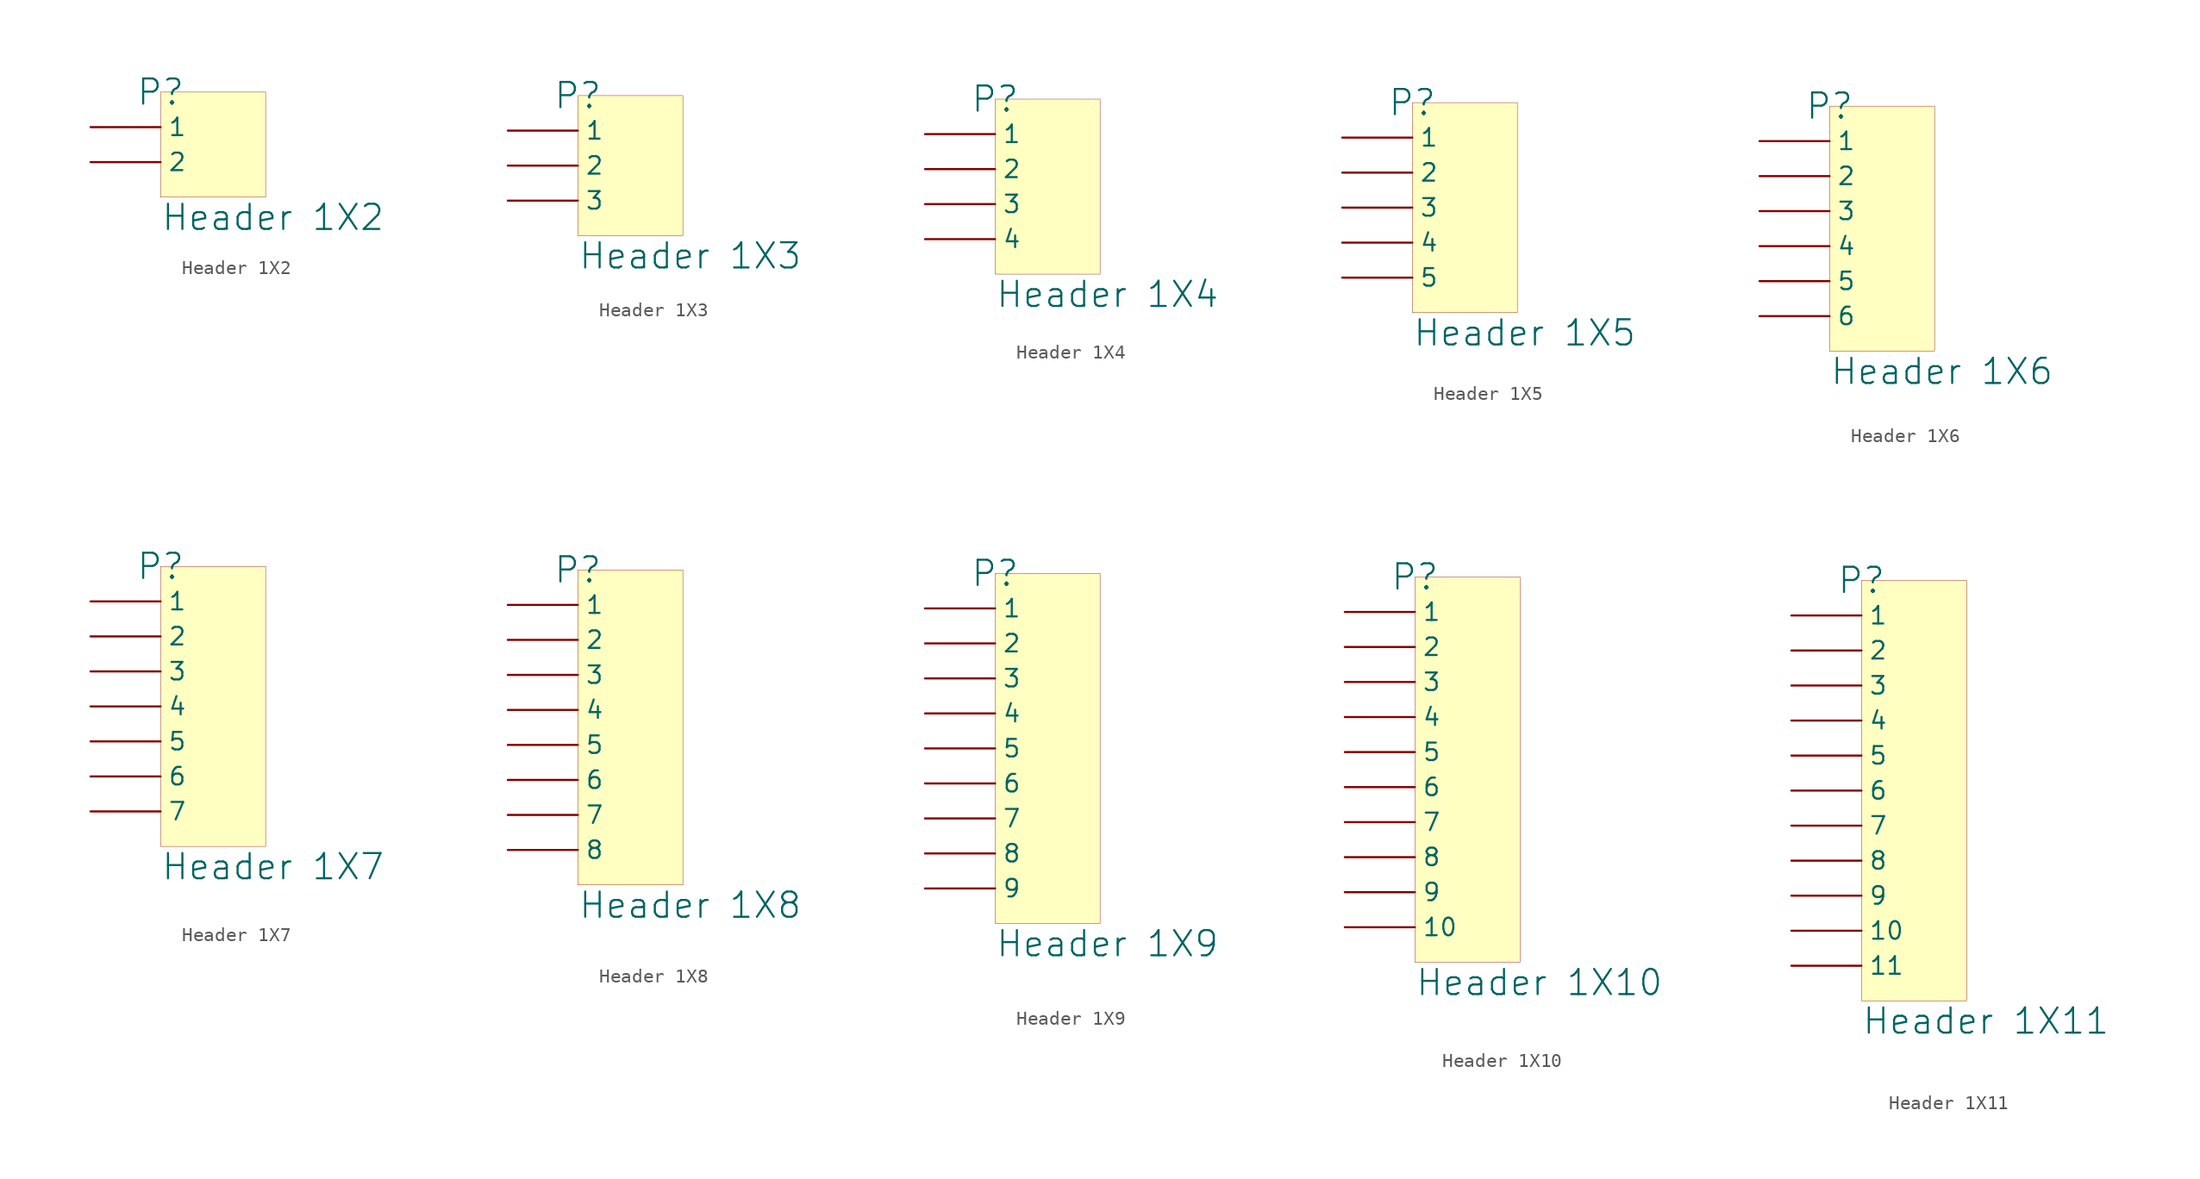
<source format=kicad_sym>
(kicad_symbol_lib
  (version 20241209)
  (generator "kicad_symbol_editor")
  (generator_version "9.0")
  (symbol "Header 1X2"
    (pin_numbers
      (hide yes))
    (property "Reference" "P"
      (at 0 0 0)
      (effects (font (size 1.829 1.829))))
    (property "Value" "Header 1X2"
      (at 0 -10.16 0)
      (effects (font (size 1.829 1.829)) (justify left bottom)))
    (symbol "Header 1X2_1_0"
      (rectangle (start 7.62 0) (end 0 -7.62) (stroke (width 0.025) (type solid) (color 128 0 0 1)) (fill (type background)))
      (pin passive line (at -5.08 -2.54 0) (length 5.08) (name "1" (effects (font (size 1.27 1.27)))) (number "1" (effects (font (size 1.27 1.27)))))
      (pin passive line (at -5.08 -5.08 0) (length 5.08) (name "2" (effects (font (size 1.27 1.27)))) (number "2" (effects (font (size 1.27 1.27)))))))
  (symbol "Header 1X3"
    (pin_numbers
      (hide yes))
    (property "Reference" "P"
      (at 0 0 0)
      (effects (font (size 1.829 1.829))))
    (property "Value" "Header 1X3"
      (at 0 -12.7 0)
      (effects (font (size 1.829 1.829)) (justify left bottom)))
    (symbol "Header 1X3_1_0"
      (rectangle (start 7.62 0) (end 0 -10.16) (stroke (width 0.025) (type solid) (color 128 0 0 1)) (fill (type background)))
      (pin passive line (at -5.08 -2.54 0) (length 5.08) (name "1" (effects (font (size 1.27 1.27)))) (number "1" (effects (font (size 1.27 1.27)))))
      (pin passive line (at -5.08 -5.08 0) (length 5.08) (name "2" (effects (font (size 1.27 1.27)))) (number "2" (effects (font (size 1.27 1.27)))))
      (pin passive line (at -5.08 -7.62 0) (length 5.08) (name "3" (effects (font (size 1.27 1.27)))) (number "3" (effects (font (size 1.27 1.27)))))))
  (symbol "Header 1X4"
    (pin_numbers
      (hide yes))
    (property "Reference" "P"
      (at 0 0 0)
      (effects (font (size 1.829 1.829))))
    (property "Value" "Header 1X4"
      (at 0 -15.24 0)
      (effects (font (size 1.829 1.829)) (justify left bottom)))
    (symbol "Header 1X4_1_0"
      (rectangle (start 7.62 0) (end 0 -12.7) (stroke (width 0.025) (type solid) (color 128 0 0 1)) (fill (type background)))
      (pin passive line (at -5.08 -2.54 0) (length 5.08) (name "1" (effects (font (size 1.27 1.27)))) (number "1" (effects (font (size 1.27 1.27)))))
      (pin passive line (at -5.08 -5.08 0) (length 5.08) (name "2" (effects (font (size 1.27 1.27)))) (number "2" (effects (font (size 1.27 1.27)))))
      (pin passive line (at -5.08 -7.62 0) (length 5.08) (name "3" (effects (font (size 1.27 1.27)))) (number "3" (effects (font (size 1.27 1.27)))))
      (pin passive line (at -5.08 -10.16 0) (length 5.08) (name "4" (effects (font (size 1.27 1.27)))) (number "4" (effects (font (size 1.27 1.27)))))))
  (symbol "Header 1X5"
    (pin_numbers
      (hide yes))
    (property "Reference" "P"
      (at 0 0 0)
      (effects (font (size 1.829 1.829))))
    (property "Value" "Header 1X5"
      (at 0 -17.78 0)
      (effects (font (size 1.829 1.829)) (justify left bottom)))
    (symbol "Header 1X5_1_0"
      (rectangle (start 7.62 0) (end 0 -15.24) (stroke (width 0.025) (type solid) (color 128 0 0 1)) (fill (type background)))
      (pin passive line (at -5.08 -2.54 0) (length 5.08) (name "1" (effects (font (size 1.27 1.27)))) (number "1" (effects (font (size 1.27 1.27)))))
      (pin passive line (at -5.08 -5.08 0) (length 5.08) (name "2" (effects (font (size 1.27 1.27)))) (number "2" (effects (font (size 1.27 1.27)))))
      (pin passive line (at -5.08 -7.62 0) (length 5.08) (name "3" (effects (font (size 1.27 1.27)))) (number "3" (effects (font (size 1.27 1.27)))))
      (pin passive line (at -5.08 -10.16 0) (length 5.08) (name "4" (effects (font (size 1.27 1.27)))) (number "4" (effects (font (size 1.27 1.27)))))
      (pin passive line (at -5.08 -12.7 0) (length 5.08) (name "5" (effects (font (size 1.27 1.27)))) (number "5" (effects (font (size 1.27 1.27)))))))
  (symbol "Header 1X6"
    (pin_numbers
      (hide yes))
    (property "Reference" "P"
      (at 0 0 0)
      (effects (font (size 1.829 1.829))))
    (property "Value" "Header 1X6"
      (at 0 -20.32 0)
      (effects (font (size 1.829 1.829)) (justify left bottom)))
    (symbol "Header 1X6_1_0"
      (rectangle (start 7.62 0) (end 0 -17.78) (stroke (width 0.025) (type solid) (color 128 0 0 1)) (fill (type background)))
      (pin passive line (at -5.08 -2.54 0) (length 5.08) (name "1" (effects (font (size 1.27 1.27)))) (number "1" (effects (font (size 1.27 1.27)))))
      (pin passive line (at -5.08 -5.08 0) (length 5.08) (name "2" (effects (font (size 1.27 1.27)))) (number "2" (effects (font (size 1.27 1.27)))))
      (pin passive line (at -5.08 -7.62 0) (length 5.08) (name "3" (effects (font (size 1.27 1.27)))) (number "3" (effects (font (size 1.27 1.27)))))
      (pin passive line (at -5.08 -10.16 0) (length 5.08) (name "4" (effects (font (size 1.27 1.27)))) (number "4" (effects (font (size 1.27 1.27)))))
      (pin passive line (at -5.08 -12.7 0) (length 5.08) (name "5" (effects (font (size 1.27 1.27)))) (number "5" (effects (font (size 1.27 1.27)))))
      (pin passive line (at -5.08 -15.24 0) (length 5.08) (name "6" (effects (font (size 1.27 1.27)))) (number "6" (effects (font (size 1.27 1.27)))))))
  (symbol "Header 1X7"
    (pin_numbers
      (hide yes))
    (property "Reference" "P"
      (at 0 0 0)
      (effects (font (size 1.829 1.829))))
    (property "Value" "Header 1X7"
      (at 0 -22.86 0)
      (effects (font (size 1.829 1.829)) (justify left bottom)))
    (symbol "Header 1X7_1_0"
      (rectangle (start 7.62 0) (end 0 -20.32) (stroke (width 0.025) (type solid) (color 128 0 0 1)) (fill (type background)))
      (pin passive line (at -5.08 -2.54 0) (length 5.08) (name "1" (effects (font (size 1.27 1.27)))) (number "1" (effects (font (size 1.27 1.27)))))
      (pin passive line (at -5.08 -5.08 0) (length 5.08) (name "2" (effects (font (size 1.27 1.27)))) (number "2" (effects (font (size 1.27 1.27)))))
      (pin passive line (at -5.08 -7.62 0) (length 5.08) (name "3" (effects (font (size 1.27 1.27)))) (number "3" (effects (font (size 1.27 1.27)))))
      (pin passive line (at -5.08 -10.16 0) (length 5.08) (name "4" (effects (font (size 1.27 1.27)))) (number "4" (effects (font (size 1.27 1.27)))))
      (pin passive line (at -5.08 -12.7 0) (length 5.08) (name "5" (effects (font (size 1.27 1.27)))) (number "5" (effects (font (size 1.27 1.27)))))
      (pin passive line (at -5.08 -15.24 0) (length 5.08) (name "6" (effects (font (size 1.27 1.27)))) (number "6" (effects (font (size 1.27 1.27)))))
      (pin passive line (at -5.08 -17.78 0) (length 5.08) (name "7" (effects (font (size 1.27 1.27)))) (number "7" (effects (font (size 1.27 1.27)))))))
  (symbol "Header 1X8"
    (pin_numbers
      (hide yes))
    (property "Reference" "P"
      (at 0 0 0)
      (effects (font (size 1.829 1.829))))
    (property "Value" "Header 1X8"
      (at 0 -25.4 0)
      (effects (font (size 1.829 1.829)) (justify left bottom)))
    (symbol "Header 1X8_1_0"
      (rectangle (start 7.62 0) (end 0 -22.86) (stroke (width 0.025) (type solid) (color 128 0 0 1)) (fill (type background)))
      (pin passive line (at -5.08 -2.54 0) (length 5.08) (name "1" (effects (font (size 1.27 1.27)))) (number "1" (effects (font (size 1.27 1.27)))))
      (pin passive line (at -5.08 -5.08 0) (length 5.08) (name "2" (effects (font (size 1.27 1.27)))) (number "2" (effects (font (size 1.27 1.27)))))
      (pin passive line (at -5.08 -7.62 0) (length 5.08) (name "3" (effects (font (size 1.27 1.27)))) (number "3" (effects (font (size 1.27 1.27)))))
      (pin passive line (at -5.08 -10.16 0) (length 5.08) (name "4" (effects (font (size 1.27 1.27)))) (number "4" (effects (font (size 1.27 1.27)))))
      (pin passive line (at -5.08 -12.7 0) (length 5.08) (name "5" (effects (font (size 1.27 1.27)))) (number "5" (effects (font (size 1.27 1.27)))))
      (pin passive line (at -5.08 -15.24 0) (length 5.08) (name "6" (effects (font (size 1.27 1.27)))) (number "6" (effects (font (size 1.27 1.27)))))
      (pin passive line (at -5.08 -17.78 0) (length 5.08) (name "7" (effects (font (size 1.27 1.27)))) (number "7" (effects (font (size 1.27 1.27)))))
      (pin passive line (at -5.08 -20.32 0) (length 5.08) (name "8" (effects (font (size 1.27 1.27)))) (number "8" (effects (font (size 1.27 1.27)))))))
  (symbol "Header 1X9"
    (pin_numbers
      (hide yes))
    (property "Reference" "P"
      (at 0 0 0)
      (effects (font (size 1.829 1.829))))
    (property "Value" "Header 1X9"
      (at 0 -27.94 0)
      (effects (font (size 1.829 1.829)) (justify left bottom)))
    (symbol "Header 1X9_1_0"
      (rectangle (start 7.62 0) (end 0 -25.4) (stroke (width 0.025) (type solid) (color 128 0 0 1)) (fill (type background)))
      (pin passive line (at -5.08 -2.54 0) (length 5.08) (name "1" (effects (font (size 1.27 1.27)))) (number "1" (effects (font (size 1.27 1.27)))))
      (pin passive line (at -5.08 -5.08 0) (length 5.08) (name "2" (effects (font (size 1.27 1.27)))) (number "2" (effects (font (size 1.27 1.27)))))
      (pin passive line (at -5.08 -7.62 0) (length 5.08) (name "3" (effects (font (size 1.27 1.27)))) (number "3" (effects (font (size 1.27 1.27)))))
      (pin passive line (at -5.08 -10.16 0) (length 5.08) (name "4" (effects (font (size 1.27 1.27)))) (number "4" (effects (font (size 1.27 1.27)))))
      (pin passive line (at -5.08 -12.7 0) (length 5.08) (name "5" (effects (font (size 1.27 1.27)))) (number "5" (effects (font (size 1.27 1.27)))))
      (pin passive line (at -5.08 -15.24 0) (length 5.08) (name "6" (effects (font (size 1.27 1.27)))) (number "6" (effects (font (size 1.27 1.27)))))
      (pin passive line (at -5.08 -17.78 0) (length 5.08) (name "7" (effects (font (size 1.27 1.27)))) (number "7" (effects (font (size 1.27 1.27)))))
      (pin passive line (at -5.08 -20.32 0) (length 5.08) (name "8" (effects (font (size 1.27 1.27)))) (number "8" (effects (font (size 1.27 1.27)))))
      (pin passive line (at -5.08 -22.86 0) (length 5.08) (name "9" (effects (font (size 1.27 1.27)))) (number "9" (effects (font (size 1.27 1.27)))))))
  (symbol "Header 1X10"
    (pin_numbers
      (hide yes))
    (property "Reference" "P"
      (at 0 0 0)
      (effects (font (size 1.829 1.829))))
    (property "Value" "Header 1X10"
      (at 0 -30.48 0)
      (effects (font (size 1.829 1.829)) (justify left bottom)))
    (symbol "Header 1X10_1_0"
      (rectangle (start 7.62 0) (end 0 -27.94) (stroke (width 0.025) (type solid) (color 128 0 0 1)) (fill (type background)))
      (pin passive line (at -5.08 -2.54 0) (length 5.08) (name "1" (effects (font (size 1.27 1.27)))) (number "1" (effects (font (size 1.27 1.27)))))
      (pin passive line (at -5.08 -5.08 0) (length 5.08) (name "2" (effects (font (size 1.27 1.27)))) (number "2" (effects (font (size 1.27 1.27)))))
      (pin passive line (at -5.08 -7.62 0) (length 5.08) (name "3" (effects (font (size 1.27 1.27)))) (number "3" (effects (font (size 1.27 1.27)))))
      (pin passive line (at -5.08 -10.16 0) (length 5.08) (name "4" (effects (font (size 1.27 1.27)))) (number "4" (effects (font (size 1.27 1.27)))))
      (pin passive line (at -5.08 -12.7 0) (length 5.08) (name "5" (effects (font (size 1.27 1.27)))) (number "5" (effects (font (size 1.27 1.27)))))
      (pin passive line (at -5.08 -15.24 0) (length 5.08) (name "6" (effects (font (size 1.27 1.27)))) (number "6" (effects (font (size 1.27 1.27)))))
      (pin passive line (at -5.08 -17.78 0) (length 5.08) (name "7" (effects (font (size 1.27 1.27)))) (number "7" (effects (font (size 1.27 1.27)))))
      (pin passive line (at -5.08 -20.32 0) (length 5.08) (name "8" (effects (font (size 1.27 1.27)))) (number "8" (effects (font (size 1.27 1.27)))))
      (pin passive line (at -5.08 -22.86 0) (length 5.08) (name "9" (effects (font (size 1.27 1.27)))) (number "9" (effects (font (size 1.27 1.27)))))
      (pin passive line (at -5.08 -25.4 0) (length 5.08) (name "10" (effects (font (size 1.27 1.27)))) (number "10" (effects (font (size 1.27 1.27)))))))
  (symbol "Header 1X11"
    (pin_numbers
      (hide yes))
    (property "Reference" "P"
      (at 0 0 0)
      (effects (font (size 1.829 1.829))))
    (property "Value" "Header 1X11"
      (at 0 -33.02 0)
      (effects (font (size 1.829 1.829)) (justify left bottom)))
    (symbol "Header 1X11_1_0"
      (rectangle (start 7.62 0) (end 0 -30.48) (stroke (width 0.025) (type solid) (color 128 0 0 1)) (fill (type background)))
      (pin passive line (at -5.08 -2.54 0) (length 5.08) (name "1" (effects (font (size 1.27 1.27)))) (number "1" (effects (font (size 1.27 1.27)))))
      (pin passive line (at -5.08 -5.08 0) (length 5.08) (name "2" (effects (font (size 1.27 1.27)))) (number "2" (effects (font (size 1.27 1.27)))))
      (pin passive line (at -5.08 -7.62 0) (length 5.08) (name "3" (effects (font (size 1.27 1.27)))) (number "3" (effects (font (size 1.27 1.27)))))
      (pin passive line (at -5.08 -10.16 0) (length 5.08) (name "4" (effects (font (size 1.27 1.27)))) (number "4" (effects (font (size 1.27 1.27)))))
      (pin passive line (at -5.08 -12.7 0) (length 5.08) (name "5" (effects (font (size 1.27 1.27)))) (number "5" (effects (font (size 1.27 1.27)))))
      (pin passive line (at -5.08 -15.24 0) (length 5.08) (name "6" (effects (font (size 1.27 1.27)))) (number "6" (effects (font (size 1.27 1.27)))))
      (pin passive line (at -5.08 -17.78 0) (length 5.08) (name "7" (effects (font (size 1.27 1.27)))) (number "7" (effects (font (size 1.27 1.27)))))
      (pin passive line (at -5.08 -20.32 0) (length 5.08) (name "8" (effects (font (size 1.27 1.27)))) (number "8" (effects (font (size 1.27 1.27)))))
      (pin passive line (at -5.08 -22.86 0) (length 5.08) (name "9" (effects (font (size 1.27 1.27)))) (number "9" (effects (font (size 1.27 1.27)))))
      (pin passive line (at -5.08 -25.4 0) (length 5.08) (name "10" (effects (font (size 1.27 1.27)))) (number "10" (effects (font (size 1.27 1.27)))))
      (pin passive line (at -5.08 -27.94 0) (length 5.08) (name "11" (effects (font (size 1.27 1.27)))) (number "11" (effects (font (size 1.27 1.27))))))))
</source>
